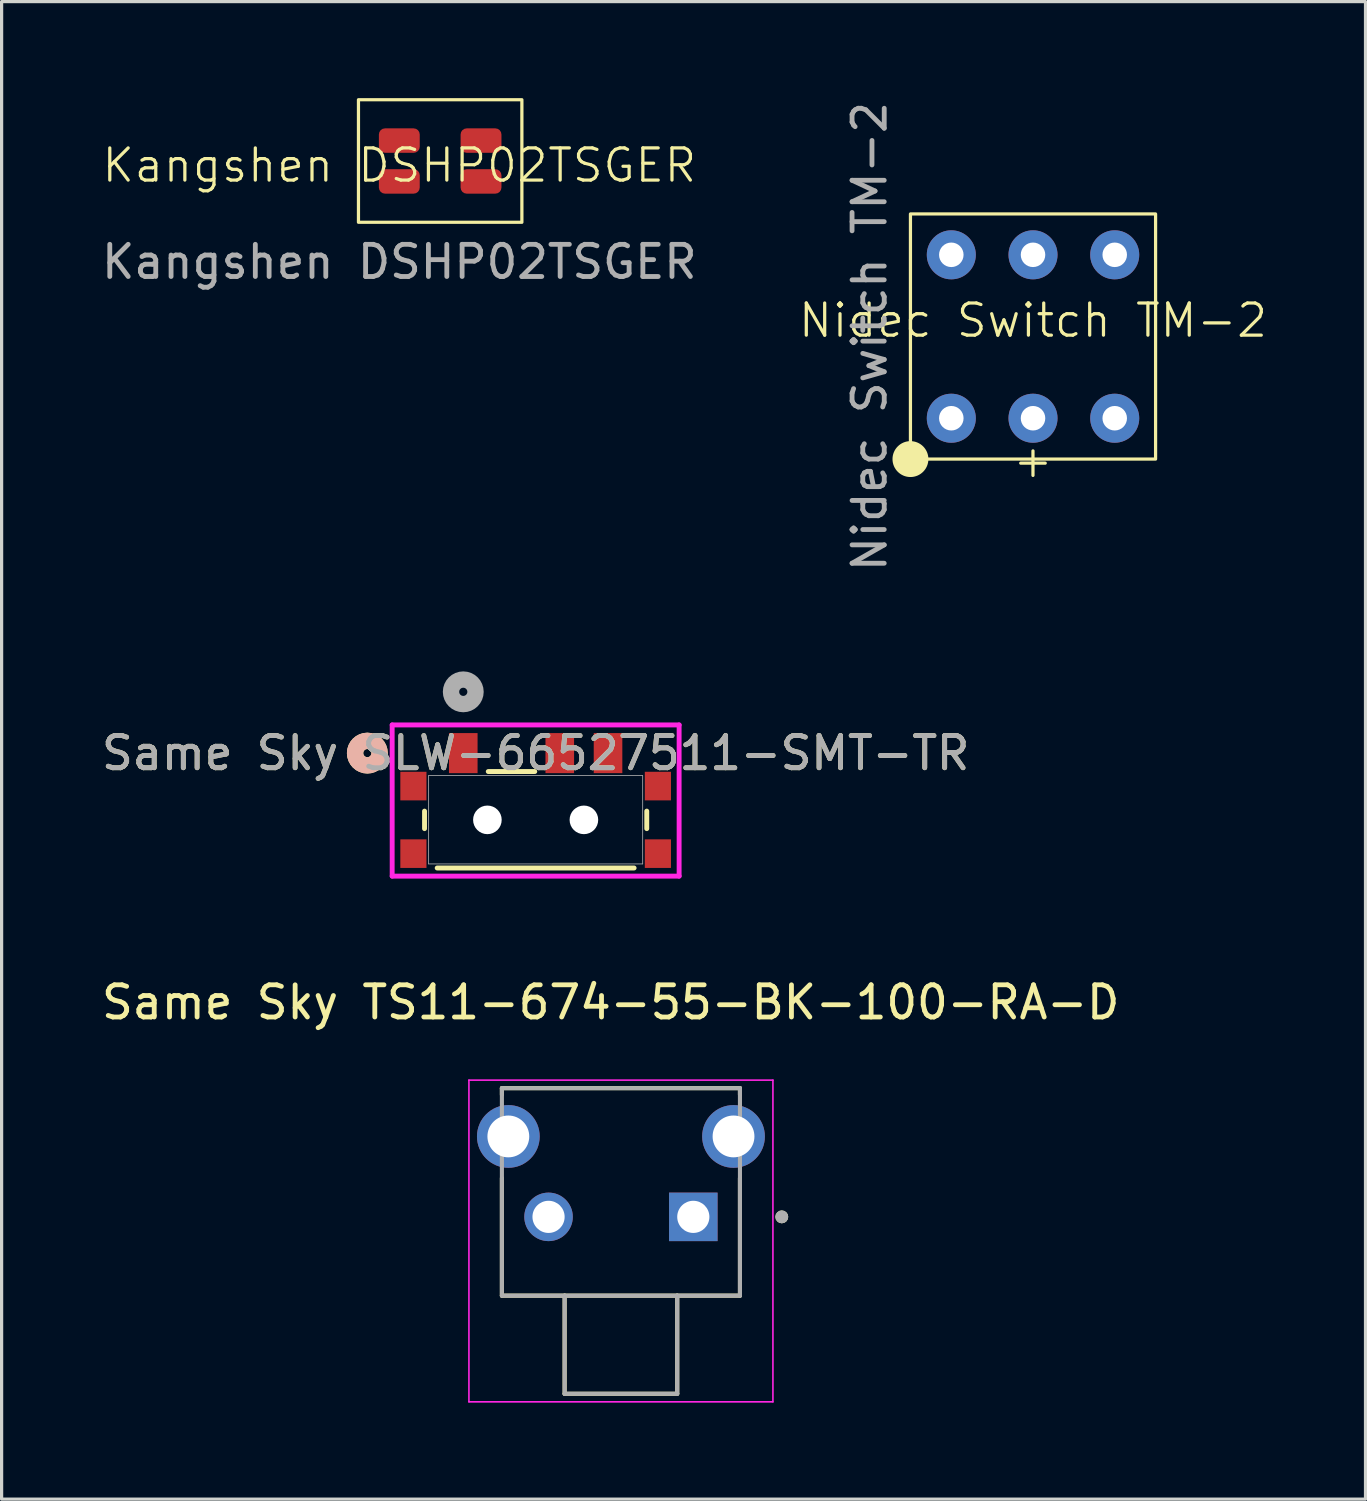
<source format=kicad_pcb>
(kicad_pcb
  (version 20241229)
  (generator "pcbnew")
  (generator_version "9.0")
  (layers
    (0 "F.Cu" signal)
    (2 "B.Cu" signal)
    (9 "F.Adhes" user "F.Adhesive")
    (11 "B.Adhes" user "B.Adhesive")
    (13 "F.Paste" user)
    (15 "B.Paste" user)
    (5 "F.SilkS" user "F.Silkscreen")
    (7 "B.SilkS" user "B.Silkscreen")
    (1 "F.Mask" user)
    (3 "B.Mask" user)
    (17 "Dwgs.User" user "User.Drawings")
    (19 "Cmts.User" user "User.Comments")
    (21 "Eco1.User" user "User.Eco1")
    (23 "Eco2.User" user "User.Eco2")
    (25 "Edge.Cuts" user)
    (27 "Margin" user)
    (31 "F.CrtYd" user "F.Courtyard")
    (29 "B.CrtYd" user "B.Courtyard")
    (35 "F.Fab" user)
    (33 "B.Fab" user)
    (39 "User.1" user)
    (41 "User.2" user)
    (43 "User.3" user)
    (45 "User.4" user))
  (footprint "Same Sky SLW-66527511-SMT-TR"
    (layer "F.Cu")
    (at 13.601 22.433)
    (property "Reference" "Same Sky SLW-66527511-SMT-TR" (at 0 -2.072 0) (unlocked yes) (layer "F.SilkS") (effects (font (size 1 1) (thickness 0.15))))
    (attr smd)
    (fp_line (start -3.454 -0.269) (end -3.454 0.276) (stroke (width 0.152) (type solid)) (layer "F.SilkS"))
    (fp_line (start -3.061 1.499) (end 3.061 1.499) (stroke (width 0.152) (type solid)) (layer "F.SilkS"))
    (fp_line (start -0.027 -1.499) (end -1.473 -1.499) (stroke (width 0.152) (type solid)) (layer "F.SilkS"))
    (fp_line (start 3.454 0.276) (end 3.454 -0.269) (stroke (width 0.152) (type solid)) (layer "F.SilkS"))
    (fp_circle (center -5.232 -2.072) (end -4.851 -2.072) (stroke (width 0.508) (type solid)) (fill no) (layer "F.SilkS"))
    (fp_circle (center -5.232 -2.072) (end -4.851 -2.072) (stroke (width 0.508) (type solid)) (fill no) (layer "B.SilkS"))
    (fp_line (start -4.46 -2.948) (end -4.46 1.752) (stroke (width 0.152) (type solid)) (layer "F.CrtYd"))
    (fp_line (start -4.46 1.752) (end 4.46 1.752) (stroke (width 0.152) (type solid)) (layer "F.CrtYd"))
    (fp_line (start 4.46 -2.948) (end -4.46 -2.948) (stroke (width 0.152) (type solid)) (layer "F.CrtYd"))
    (fp_line (start 4.46 1.752) (end 4.46 -2.948) (stroke (width 0.152) (type solid)) (layer "F.CrtYd"))
    (fp_line (start -3.327 -1.372) (end -3.327 1.372) (stroke (width 0.025) (type solid)) (layer "F.Fab"))
    (fp_line (start -3.327 1.372) (end 3.327 1.372) (stroke (width 0.025) (type solid)) (layer "F.Fab"))
    (fp_line (start 3.327 -1.372) (end -3.327 -1.372) (stroke (width 0.025) (type solid)) (layer "F.Fab"))
    (fp_line (start 3.327 1.372) (end 3.327 -1.372) (stroke (width 0.025) (type solid)) (layer "F.Fab"))
    (fp_circle (center -2.25 -3.977) (end -1.869 -3.977) (stroke (width 0.508) (type solid)) (fill no) (layer "F.Fab"))
    (fp_text user "${REFERENCE}" (at 0 -2.072 0) (unlocked yes) (layer "F.Fab") (effects (font (size 1 1) (thickness 0.15))))
    (pad "" np_thru_hole circle (at -1.5 0.003) (size 0.889 0.889) (drill 0.889) (layers "*.Cu" "*.Mask"))
    (pad "" np_thru_hole circle (at 1.5 0.003) (size 0.889 0.889) (drill 0.889) (layers "*.Cu" "*.Mask"))
    (pad "1" smd rect (at -2.25 -2.072) (size 0.889 1.245) (layers "F.Cu" "F.Mask" "F.Paste"))
    (pad "2" smd rect (at 0.75 -2.072) (size 0.889 1.245) (layers "F.Cu" "F.Mask" "F.Paste"))
    (pad "3" smd rect (at 2.25 -2.072) (size 0.889 1.245) (layers "F.Cu" "F.Mask" "F.Paste"))
    (pad "4" smd rect (at -3.8 -1.047) (size 0.813 0.889) (layers "F.Cu" "F.Mask" "F.Paste"))
    (pad "5" smd rect (at 3.8 -1.047) (size 0.813 0.889) (layers "F.Cu" "F.Mask" "F.Paste"))
    (pad "6" smd rect (at -3.8 1.053) (size 0.813 0.889) (layers "F.Cu" "F.Mask" "F.Paste"))
    (pad "7" smd rect (at 3.8 1.053) (size 0.813 0.889) (layers "F.Cu" "F.Mask" "F.Paste")))
  (footprint "Kangshen DSHP02TSGER"
    (layer "F.Cu")
    (at 9.363 2.59)
    (property "Reference" "Kangshen DSHP02TSGER" (at 0 -0.5 0) (unlocked yes) (layer "F.SilkS") (effects (font (size 1 1) (thickness 0.1))))
    (attr smd)
    (fp_rect (start -1.27 -2.54) (end 3.81 1.27) (stroke (width 0.1) (type default)) (fill no) (layer "F.SilkS"))
    (fp_text user "${REFERENCE}" (at 0 2.5 0) (unlocked yes) (layer "F.Fab") (effects (font (size 1 1) (thickness 0.15))))
    (pad "1" smd roundrect (at 0 0) (size 1.27 0.76) (layers "F.Cu" "F.Mask" "F.Paste") (roundrect_rratio 0.25))
    (pad "2" smd roundrect (at 2.54 0) (size 1.27 0.76) (layers "F.Cu" "F.Mask" "F.Paste") (roundrect_rratio 0.25))
    (pad "3" smd roundrect (at 0 -1.27) (size 1.27 0.76) (layers "F.Cu" "F.Mask" "F.Paste") (roundrect_rratio 0.25))
    (pad "4" smd roundrect (at 2.54 -1.27) (size 1.27 0.76) (layers "F.Cu" "F.Mask" "F.Paste") (roundrect_rratio 0.25)))
  (footprint "Same Sky TS11-674-55-BK-100-RA-D"
    (layer "F.Cu")
    (at 16.252 34.777)
    (property "Reference" "Same Sky TS11-674-55-BK-100-RA-D" (at -0.318 -6.668 0) (layer "F.SilkS") (effects (font (size 1 1) (thickness 0.15))))
    (attr through_hole)
    (fp_line (start -3.7 -4) (end 3.7 -4) (stroke (width 0.127) (type solid)) (layer "F.SilkS"))
    (fp_line (start -3.7 -3.795) (end -3.7 -4) (stroke (width 0.127) (type solid)) (layer "F.SilkS"))
    (fp_line (start -3.7 2.45) (end -3.7 -1.205) (stroke (width 0.127) (type solid)) (layer "F.SilkS"))
    (fp_line (start -1.75 2.45) (end -3.7 2.45) (stroke (width 0.127) (type solid)) (layer "F.SilkS"))
    (fp_line (start -1.75 2.45) (end -1.75 5.5) (stroke (width 0.127) (type solid)) (layer "F.SilkS"))
    (fp_line (start 1.75 2.45) (end -1.75 2.45) (stroke (width 0.127) (type solid)) (layer "F.SilkS"))
    (fp_line (start 1.75 2.45) (end 1.75 5.5) (stroke (width 0.127) (type solid)) (layer "F.SilkS"))
    (fp_line (start 1.75 5.5) (end -1.75 5.5) (stroke (width 0.127) (type solid)) (layer "F.SilkS"))
    (fp_line (start 3.7 -4) (end 3.7 -3.795) (stroke (width 0.127) (type solid)) (layer "F.SilkS"))
    (fp_line (start 3.7 2.45) (end 1.75 2.45) (stroke (width 0.127) (type solid)) (layer "F.SilkS"))
    (fp_line (start 3.7 2.45) (end 3.7 -1.205) (stroke (width 0.127) (type solid)) (layer "F.SilkS"))
    (fp_circle (center 5 0) (end 5.1 0) (stroke (width 0.2) (type solid)) (fill no) (layer "F.SilkS"))
    (fp_line (start -4.725 -4.25) (end -4.725 5.75) (stroke (width 0.05) (type solid)) (layer "F.CrtYd"))
    (fp_line (start -4.725 5.75) (end 4.725 5.75) (stroke (width 0.05) (type solid)) (layer "F.CrtYd"))
    (fp_line (start 4.725 -4.25) (end -4.725 -4.25) (stroke (width 0.05) (type solid)) (layer "F.CrtYd"))
    (fp_line (start 4.725 5.75) (end 4.725 -4.25) (stroke (width 0.05) (type solid)) (layer "F.CrtYd"))
    (fp_line (start -3.7 -4) (end 3.7 -4) (stroke (width 0.127) (type solid)) (layer "F.Fab"))
    (fp_line (start -3.7 2.45) (end -3.7 -4) (stroke (width 0.127) (type solid)) (layer "F.Fab"))
    (fp_line (start -1.75 2.45) (end -3.7 2.45) (stroke (width 0.127) (type solid)) (layer "F.Fab"))
    (fp_line (start -1.75 2.45) (end -1.75 5.5) (stroke (width 0.127) (type solid)) (layer "F.Fab"))
    (fp_line (start 1.75 2.45) (end -1.75 2.45) (stroke (width 0.127) (type solid)) (layer "F.Fab"))
    (fp_line (start 1.75 2.45) (end 1.75 5.5) (stroke (width 0.127) (type solid)) (layer "F.Fab"))
    (fp_line (start 1.75 5.5) (end -1.75 5.5) (stroke (width 0.127) (type solid)) (layer "F.Fab"))
    (fp_line (start 3.7 -4) (end 3.7 2.45) (stroke (width 0.127) (type solid)) (layer "F.Fab"))
    (fp_line (start 3.7 2.45) (end 1.75 2.45) (stroke (width 0.127) (type solid)) (layer "F.Fab"))
    (fp_circle (center 5 0) (end 5.1 0) (stroke (width 0.2) (type solid)) (fill no) (layer "F.Fab"))
    (pad "1" thru_hole rect (at 2.25 0) (size 1.508 1.508) (drill 1) (layers "*.Cu" "*.Mask"))
    (pad "2" thru_hole circle (at -2.25 0) (size 1.508 1.508) (drill 1) (layers "*.Cu" "*.Mask"))
    (pad "3" thru_hole circle (at 3.5 -2.5) (size 1.95 1.95) (drill 1.3) (layers "*.Cu" "*.Mask"))
    (pad "4" thru_hole circle (at -3.5 -2.5) (size 1.95 1.95) (drill 1.3) (layers "*.Cu" "*.Mask")))
  (footprint "Nidec Switch TM-2"
    (layer "F.Cu")
    (at 29.062 7.411)
    (property "Reference" "Nidec Switch TM-2" (at 0 -0.5 0) (unlocked yes) (layer "F.SilkS") (effects (font (size 1 1) (thickness 0.1))))
    (attr through_hole)
    (fp_rect (start -3.81 -3.81) (end 3.81 3.81) (stroke (width 0.1) (type default)) (fill no) (layer "F.SilkS"))
    (fp_circle (center -3.81 3.81) (end -3.302 3.81) (stroke (width 0.1) (type default)) (fill yes) (layer "F.SilkS"))
    (fp_text user "+" (at -0.686 4.445 0) (unlocked yes) (layer "F.SilkS") (effects (font (size 1 1) (thickness 0.1)) (justify left bottom)))
    (fp_text user "${REFERENCE}" (at -5.08 0 90) (unlocked yes) (layer "F.Fab") (effects (font (size 1 1) (thickness 0.15))))
    (pad "1" thru_hole circle (at -2.54 2.54) (size 1.524 1.524) (drill 0.762) (layers "*.Cu" "*.Mask"))
    (pad "2" thru_hole circle (at -2.54 -2.54) (size 1.524 1.524) (drill 0.762) (layers "*.Cu" "*.Mask"))
    (pad "3" thru_hole circle (at 2.54 2.54) (size 1.524 1.524) (drill 0.762) (layers "*.Cu" "*.Mask"))
    (pad "4" thru_hole circle (at 2.54 -2.54) (size 1.524 1.524) (drill 0.762) (layers "*.Cu" "*.Mask"))
    (pad "5" thru_hole circle (at 0 2.54) (size 1.524 1.524) (drill 0.762) (layers "*.Cu" "*.Mask"))
    (pad "6" thru_hole circle (at 0 -2.54) (size 1.524 1.524) (drill 0.762) (layers "*.Cu" "*.Mask")))
  (gr_rect
    (start -3 -3)
    (end 39.398 43.552)
    (stroke (width 0.1) (type default))
    (fill no)
    (layer "Edge.Cuts")))
</source>
